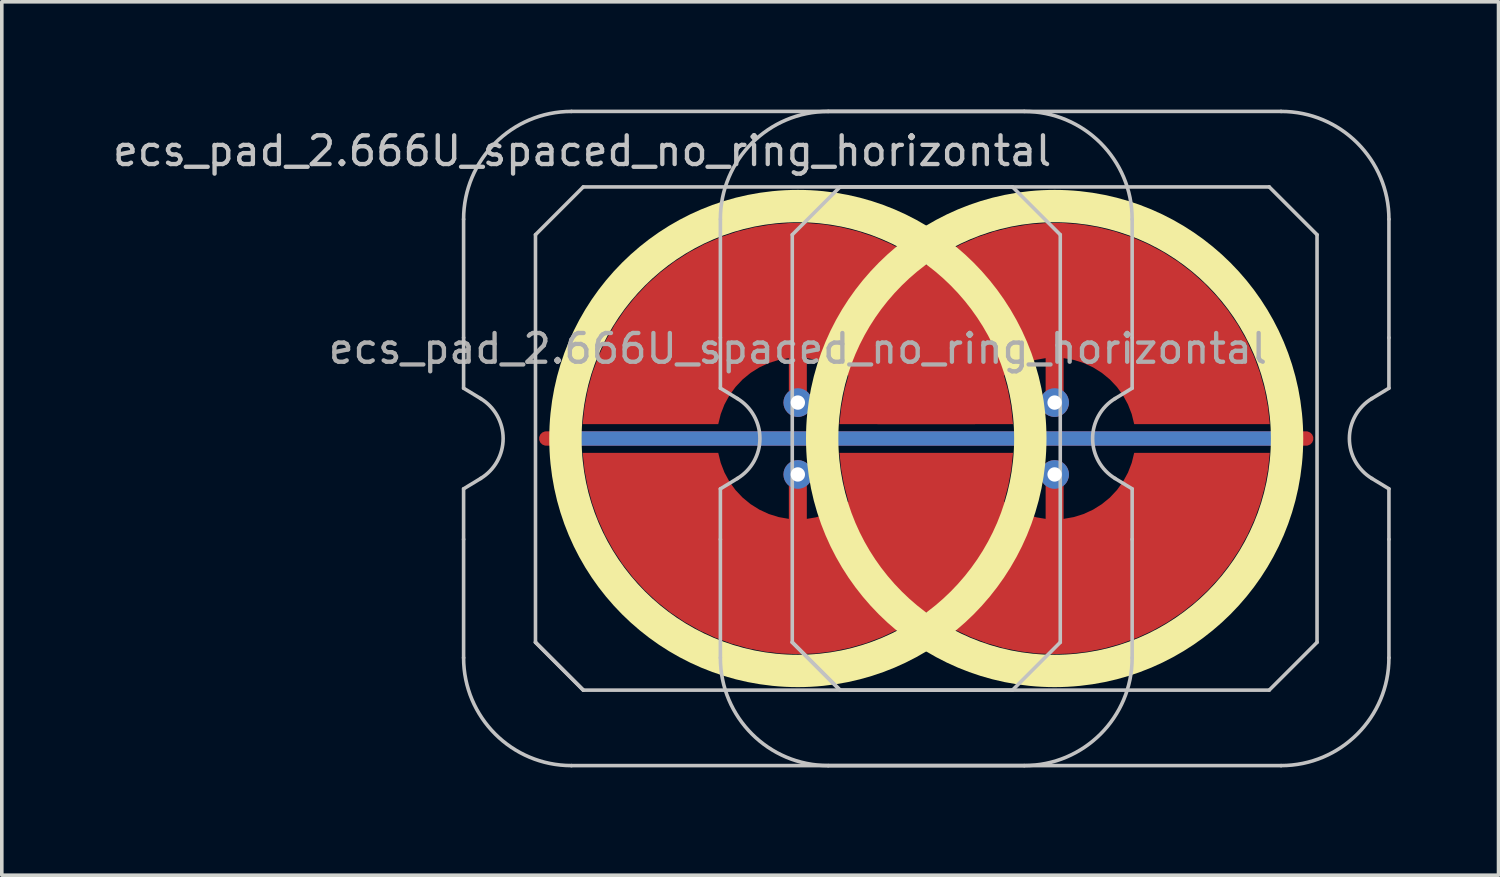
<source format=kicad_pcb>
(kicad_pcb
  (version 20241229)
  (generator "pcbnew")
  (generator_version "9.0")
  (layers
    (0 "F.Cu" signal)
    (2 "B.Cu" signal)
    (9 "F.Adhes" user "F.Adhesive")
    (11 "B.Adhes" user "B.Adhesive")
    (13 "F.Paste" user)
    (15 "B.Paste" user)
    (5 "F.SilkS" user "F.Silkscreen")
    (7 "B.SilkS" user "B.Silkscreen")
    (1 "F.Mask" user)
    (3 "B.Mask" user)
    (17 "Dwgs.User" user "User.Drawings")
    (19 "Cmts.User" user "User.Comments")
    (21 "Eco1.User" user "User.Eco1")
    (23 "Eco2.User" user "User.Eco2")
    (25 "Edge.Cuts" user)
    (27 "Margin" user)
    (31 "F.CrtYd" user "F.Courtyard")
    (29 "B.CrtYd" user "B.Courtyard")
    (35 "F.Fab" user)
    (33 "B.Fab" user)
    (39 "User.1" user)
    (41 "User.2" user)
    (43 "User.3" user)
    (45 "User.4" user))
  (footprint "ecs_pad_2.666U_spaced_no_ring_horizontal"
    (layer "F.Cu")
    (at 26.291 9.15)
    (property "Reference" "ecs_pad_2.666U_spaced_no_ring_horizontal" (at -13.143 -8 0) (layer "Dwgs.User") (effects (font (size 0.8 0.8) (thickness 0.12))))
    (attr smd)
    (fp_circle (center -7.143 0) (end -0.676 0) (stroke (width 0.9) (type solid)) (fill no) (layer "F.SilkS"))
    (fp_circle (center 0 0) (end 6.467 0) (stroke (width 0.9) (type solid)) (fill no) (layer "F.SilkS"))
    (fp_line (start -16.443 -2.805) (end -16.443 -6.1) (stroke (width 0.1) (type solid)) (layer "Dwgs.User"))
    (fp_line (start -16.443 -1.4) (end -16.443 -2.805) (stroke (width 0.1) (type solid)) (layer "Dwgs.User"))
    (fp_line (start -16.443 1.4) (end -15.967 1.111) (stroke (width 0.1) (type solid)) (layer "Dwgs.User"))
    (fp_line (start -16.443 2.805) (end -16.443 1.4) (stroke (width 0.1) (type solid)) (layer "Dwgs.User"))
    (fp_line (start -16.443 6.1) (end -16.443 2.805) (stroke (width 0.1) (type solid)) (layer "Dwgs.User"))
    (fp_line (start -15.967 -1.111) (end -16.443 -1.4) (stroke (width 0.1) (type solid)) (layer "Dwgs.User"))
    (fp_line (start -14.443 -5.67) (end -13.113 -7) (stroke (width 0.1) (type solid)) (layer "Dwgs.User"))
    (fp_line (start -14.443 5.67) (end -14.443 -5.67) (stroke (width 0.1) (type solid)) (layer "Dwgs.User"))
    (fp_line (start -14.443 5.67) (end -13.113 7) (stroke (width 0.1) (type solid)) (layer "Dwgs.User"))
    (fp_line (start -13.443 -9.1) (end -0.843 -9.1) (stroke (width 0.1) (type solid)) (layer "Dwgs.User"))
    (fp_line (start -13.113 -7) (end -1.173 -7) (stroke (width 0.1) (type solid)) (layer "Dwgs.User"))
    (fp_line (start -13.113 7) (end -14.443 5.67) (stroke (width 0.1) (type solid)) (layer "Dwgs.User"))
    (fp_line (start -9.299 -2.805) (end -9.299 -6.1) (stroke (width 0.1) (type solid)) (layer "Dwgs.User"))
    (fp_line (start -9.299 -1.4) (end -9.299 -2.805) (stroke (width 0.1) (type solid)) (layer "Dwgs.User"))
    (fp_line (start -9.299 1.4) (end -8.824 1.111) (stroke (width 0.1) (type solid)) (layer "Dwgs.User"))
    (fp_line (start -9.299 2.805) (end -9.299 1.4) (stroke (width 0.1) (type solid)) (layer "Dwgs.User"))
    (fp_line (start -9.299 6.1) (end -9.299 2.805) (stroke (width 0.1) (type solid)) (layer "Dwgs.User"))
    (fp_line (start -8.824 -1.111) (end -9.299 -1.4) (stroke (width 0.1) (type solid)) (layer "Dwgs.User"))
    (fp_line (start -7.299 -5.67) (end -5.969 -7) (stroke (width 0.1) (type solid)) (layer "Dwgs.User"))
    (fp_line (start -7.299 5.67) (end -7.299 -5.67) (stroke (width 0.1) (type solid)) (layer "Dwgs.User"))
    (fp_line (start -7.299 5.67) (end -5.969 7) (stroke (width 0.1) (type solid)) (layer "Dwgs.User"))
    (fp_line (start -6.299 -9.1) (end 6.301 -9.1) (stroke (width 0.1) (type solid)) (layer "Dwgs.User"))
    (fp_line (start -5.969 -7) (end 5.971 -7) (stroke (width 0.1) (type solid)) (layer "Dwgs.User"))
    (fp_line (start -5.969 7) (end -7.299 5.67) (stroke (width 0.1) (type solid)) (layer "Dwgs.User"))
    (fp_line (start -1.173 -7) (end 0.157 -5.67) (stroke (width 0.1) (type solid)) (layer "Dwgs.User"))
    (fp_line (start -1.173 7) (end -13.113 7) (stroke (width 0.1) (type solid)) (layer "Dwgs.User"))
    (fp_line (start -0.843 9.1) (end -13.443 9.1) (stroke (width 0.1) (type solid)) (layer "Dwgs.User"))
    (fp_line (start 0.157 -5.67) (end 0.157 5.67) (stroke (width 0.1) (type solid)) (layer "Dwgs.User"))
    (fp_line (start 0.157 5.67) (end -1.173 7) (stroke (width 0.1) (type solid)) (layer "Dwgs.User"))
    (fp_line (start 1.681 1.111) (end 2.157 1.4) (stroke (width 0.1) (type solid)) (layer "Dwgs.User"))
    (fp_line (start 2.157 -6.1) (end 2.157 -2.805) (stroke (width 0.1) (type solid)) (layer "Dwgs.User"))
    (fp_line (start 2.157 -2.805) (end 2.157 -1.4) (stroke (width 0.1) (type solid)) (layer "Dwgs.User"))
    (fp_line (start 2.157 -1.4) (end 1.681 -1.111) (stroke (width 0.1) (type solid)) (layer "Dwgs.User"))
    (fp_line (start 2.157 1.4) (end 2.157 2.805) (stroke (width 0.1) (type solid)) (layer "Dwgs.User"))
    (fp_line (start 2.157 2.805) (end 2.157 6.1) (stroke (width 0.1) (type solid)) (layer "Dwgs.User"))
    (fp_line (start 5.971 -7) (end 7.301 -5.67) (stroke (width 0.1) (type solid)) (layer "Dwgs.User"))
    (fp_line (start 5.971 7) (end -5.969 7) (stroke (width 0.1) (type solid)) (layer "Dwgs.User"))
    (fp_line (start 6.301 9.1) (end -6.299 9.1) (stroke (width 0.1) (type solid)) (layer "Dwgs.User"))
    (fp_line (start 7.301 -5.67) (end 7.301 5.67) (stroke (width 0.1) (type solid)) (layer "Dwgs.User"))
    (fp_line (start 7.301 5.67) (end 5.971 7) (stroke (width 0.1) (type solid)) (layer "Dwgs.User"))
    (fp_line (start 8.825 1.111) (end 9.301 1.4) (stroke (width 0.1) (type solid)) (layer "Dwgs.User"))
    (fp_line (start 9.301 -6.1) (end 9.301 -2.805) (stroke (width 0.1) (type solid)) (layer "Dwgs.User"))
    (fp_line (start 9.301 -2.805) (end 9.301 -1.4) (stroke (width 0.1) (type solid)) (layer "Dwgs.User"))
    (fp_line (start 9.301 -1.4) (end 8.825 -1.111) (stroke (width 0.1) (type solid)) (layer "Dwgs.User"))
    (fp_line (start 9.301 1.4) (end 9.301 2.805) (stroke (width 0.1) (type solid)) (layer "Dwgs.User"))
    (fp_line (start 9.301 2.805) (end 9.301 6.1) (stroke (width 0.1) (type solid)) (layer "Dwgs.User"))
    (fp_arc (start -16.442954 -6.1) (mid -15.564274 -8.22132) (end -13.442954 -9.1) (stroke (width 0.1) (type solid)) (layer "Dwgs.User"))
    (fp_arc (start -15.967287 -1.110619) (mid -15.342954 0) (end -15.967287 1.110619) (stroke (width 0.1) (type solid)) (layer "Dwgs.User"))
    (fp_arc (start -13.442954 9.1) (mid -15.564274 8.22132) (end -16.442954 6.1) (stroke (width 0.1) (type solid)) (layer "Dwgs.User"))
    (fp_arc (start -9.299204 -6.1) (mid -8.420524 -8.22132) (end -6.299204 -9.1) (stroke (width 0.1) (type solid)) (layer "Dwgs.User"))
    (fp_arc (start -8.823537 -1.110619) (mid -8.199204 0) (end -8.823537 1.110619) (stroke (width 0.1) (type solid)) (layer "Dwgs.User"))
    (fp_arc (start -6.299204 9.1) (mid -8.420524 8.22132) (end -9.299204 6.1) (stroke (width 0.1) (type solid)) (layer "Dwgs.User"))
    (fp_arc (start -0.842954 -9.1) (mid 1.278366 -8.22132) (end 2.157046 -6.1) (stroke (width 0.1) (type solid)) (layer "Dwgs.User"))
    (fp_arc (start 1.681379 1.110619) (mid 1.057046 0) (end 1.681379 -1.110619) (stroke (width 0.1) (type solid)) (layer "Dwgs.User"))
    (fp_arc (start 2.157046 6.1) (mid 1.278366 8.22132) (end -0.842954 9.1) (stroke (width 0.1) (type solid)) (layer "Dwgs.User"))
    (fp_arc (start 6.300796 -9.1) (mid 8.422116 -8.22132) (end 9.300796 -6.1) (stroke (width 0.1) (type solid)) (layer "Dwgs.User"))
    (fp_arc (start 8.825129 1.110619) (mid 8.200796 0) (end 8.825129 -1.110619) (stroke (width 0.1) (type solid)) (layer "Dwgs.User"))
    (fp_arc (start 9.300796 6.1) (mid 8.422116 8.22132) (end 6.300796 9.1) (stroke (width 0.1) (type solid)) (layer "Dwgs.User"))
    (fp_text user "${REFERENCE}" (at -7.143 -2.5 0) (layer "F.Fab") (effects (font (size 0.8 0.8) (thickness 0.12))))
    (pad "1" smd custom (at -7.144 -1 270) (size 0.4 0.4) (layers "F.Cu") (options (anchor circle)) (primitives (gr_poly (pts (xy 0.6 -2.214) (xy 0.32 -2.145) (xy 0.052 -2.041) (xy -0.201 -1.903) (xy -0.434 -1.734) (xy -0.644 -1.536) (xy -0.826 -1.314) (xy -0.979 -1.07) (xy -1.1 -0.808) (xy -1.186 -0.534) (xy -1.236 -0.25) (xy 0 -0.25) (xy 0.096 -0.231) (xy 0.177 -0.177) (xy 0.231 -0.096) (xy 0.25 0) (xy 0.231 0.096) (xy 0.177 0.177) (xy 0.096 0.231) (xy 0 0.25) (xy -1.236 0.25) (xy -1.186 0.534) (xy -1.1 0.808) (xy -0.979 1.07) (xy -0.826 1.314) (xy -0.644 1.536) (xy -0.434 1.734) (xy -0.201 1.903) (xy 0.052 2.041) (xy 0.32 2.145) (xy 0.6 2.214) (xy 0.6 5.987) (xy 0.115 5.934) (xy -0.364 5.843) (xy -0.834 5.713) (xy -1.292 5.545) (xy -1.735 5.341) (xy -2.159 5.101) (xy -2.563 4.827) (xy -2.943 4.522) (xy -3.298 4.187) (xy -3.623 3.824) (xy -3.919 3.436) (xy -4.182 3.025) (xy -4.41 2.594) (xy -4.603 2.147) (xy -4.759 1.684) (xy -4.876 1.211) (xy -4.955 0.73) (xy -4.995 0.244) (xy -4.995 -0.244) (xy -4.955 -0.73) (xy -4.876 -1.211) (xy -4.759 -1.684) (xy -4.603 -2.147) (xy -4.41 -2.594) (xy -4.182 -3.025) (xy -3.919 -3.436) (xy -3.623 -3.824) (xy -3.298 -4.187) (xy -2.943 -4.522) (xy -2.563 -4.827) (xy -2.159 -5.101) (xy -1.735 -5.341) (xy -1.292 -5.545) (xy -0.834 -5.713) (xy -0.364 -5.843) (xy 0.115 -5.934) (xy 0.6 -5.987)) (width 0) (fill yes))))
    (pad "1" thru_hole circle (at -7.144 -1 270) (size 0.8 0.8) (drill 0.4) (layers "*.Cu"))
    (pad "1" smd custom (at 0 -1 270) (size 0.4 0.4) (layers "F.Cu") (options (anchor circle)) (primitives (gr_poly (pts (xy 0.6 -2.214) (xy 0.32 -2.145) (xy 0.052 -2.041) (xy -0.201 -1.903) (xy -0.434 -1.734) (xy -0.644 -1.536) (xy -0.826 -1.314) (xy -0.979 -1.07) (xy -1.1 -0.808) (xy -1.186 -0.534) (xy -1.236 -0.25) (xy 0 -0.25) (xy 0.096 -0.231) (xy 0.177 -0.177) (xy 0.231 -0.096) (xy 0.25 0) (xy 0.231 0.096) (xy 0.177 0.177) (xy 0.096 0.231) (xy 0 0.25) (xy -1.236 0.25) (xy -1.186 0.534) (xy -1.1 0.808) (xy -0.979 1.07) (xy -0.826 1.314) (xy -0.644 1.536) (xy -0.434 1.734) (xy -0.201 1.903) (xy 0.052 2.041) (xy 0.32 2.145) (xy 0.6 2.214) (xy 0.6 5.987) (xy 0.115 5.934) (xy -0.364 5.843) (xy -0.834 5.713) (xy -1.292 5.545) (xy -1.735 5.341) (xy -2.159 5.101) (xy -2.563 4.827) (xy -2.943 4.522) (xy -3.298 4.187) (xy -3.623 3.824) (xy -3.919 3.436) (xy -4.182 3.025) (xy -4.41 2.594) (xy -4.603 2.147) (xy -4.759 1.684) (xy -4.876 1.211) (xy -4.955 0.73) (xy -4.995 0.244) (xy -4.995 -0.244) (xy -4.955 -0.73) (xy -4.876 -1.211) (xy -4.759 -1.684) (xy -4.603 -2.147) (xy -4.41 -2.594) (xy -4.182 -3.025) (xy -3.919 -3.436) (xy -3.623 -3.824) (xy -3.298 -4.187) (xy -2.943 -4.522) (xy -2.563 -4.827) (xy -2.159 -5.101) (xy -1.735 -5.341) (xy -1.292 -5.545) (xy -0.834 -5.713) (xy -0.364 -5.843) (xy 0.115 -5.934) (xy 0.6 -5.987)) (width 0) (fill yes))))
    (pad "1" thru_hole circle (at 0 -1 270) (size 0.8 0.8) (drill 0.4) (layers "*.Cu"))
    (pad "2" thru_hole circle (at -7.144 1 270) (size 0.8 0.8) (drill 0.4) (layers "*.Cu"))
    (pad "2" smd custom (at 0 1) (size 0.207 0.207) (layers "F.Cu") (options (anchor circle)) (primitives (gr_poly (pts (xy -0.177 -0.177) (xy -0.096 -0.231) (xy 0 -0.25) (xy 0.096 -0.231) (xy 0.177 -0.177) (xy 0.231 -0.096) (xy 0.25 0) (xy 0.25 1.236) (xy 0.534 1.186) (xy 0.808 1.1) (xy 1.07 0.979) (xy 1.314 0.826) (xy 1.537 0.644) (xy 1.734 0.434) (xy 1.903 0.201) (xy 2.041 -0.052) (xy 2.145 -0.321) (xy 2.214 -0.6) (xy 5.987 -0.6) (xy 5.936 -0.127) (xy 5.848 0.341) (xy 5.724 0.8) (xy 5.563 1.248) (xy 5.367 1.682) (xy 5.138 2.098) (xy 4.876 2.496) (xy 4.584 2.871) (xy 4.263 3.222) (xy 3.915 3.547) (xy 3.542 3.843) (xy 3.147 4.108) (xy 2.733 4.342) (xy 2.301 4.541) (xy 1.855 4.706) (xy 1.397 4.835) (xy 0.93 4.928) (xy 0.457 4.983) (xy -0.018 5) (xy -0.494 4.98) (xy -0.966 4.922) (xy -1.432 4.827) (xy -1.889 4.695) (xy -2.335 4.527) (xy -2.765 4.325) (xy -3.179 4.089) (xy -3.572 3.821) (xy -3.965 4.089) (xy -4.378 4.325) (xy -4.809 4.527) (xy -5.254 4.695) (xy -5.712 4.827) (xy -6.178 4.922) (xy -6.65 4.98) (xy -7.125 5) (xy -7.601 4.983) (xy -8.074 4.928) (xy -8.54 4.835) (xy -8.998 4.706) (xy -9.445 4.541) (xy -9.876 4.342) (xy -10.291 4.108) (xy -10.686 3.843) (xy -11.059 3.547) (xy -11.407 3.222) (xy -11.728 2.871) (xy -12.02 2.496) (xy -12.282 2.098) (xy -12.511 1.682) (xy -12.707 1.248) (xy -12.867 0.8) (xy -12.992 0.341) (xy -13.08 -0.127) (xy -13.13 -0.6) (xy -9.358 -0.6) (xy -9.289 -0.321) (xy -9.184 -0.052) (xy -9.047 0.201) (xy -8.878 0.434) (xy -8.68 0.644) (xy -8.458 0.826) (xy -8.214 0.979) (xy -7.952 1.1) (xy -7.677 1.186) (xy -7.394 1.236) (xy -7.394 0) (xy -7.375 -0.096) (xy -7.321 -0.177) (xy -7.239 -0.231) (xy -7.144 -0.25) (xy -7.048 -0.231) (xy -6.967 -0.177) (xy -6.913 -0.096) (xy -6.894 0) (xy -6.894 1.236) (xy -6.644 1.194) (xy -6.4 1.123) (xy -6.166 1.026) (xy -5.944 0.903) (xy -5.737 0.756) (xy -5.855 0.311) (xy -5.938 -0.142) (xy -5.987 -0.6) (xy -1.157 -0.6) (xy -1.205 -0.142) (xy -1.289 0.311) (xy -1.406 0.756) (xy -1.2 0.903) (xy -0.978 1.026) (xy -0.744 1.123) (xy -0.5 1.194) (xy -0.25 1.236) (xy -0.25 0) (xy -0.231 -0.096)) (width 0) (fill yes))))
    (pad "2" thru_hole circle (at 0 1 270) (size 0.8 0.8) (drill 0.4) (layers "*.Cu"))
    (pad "3" smd custom (at 0 0 90) (size 0.4 0.4) (layers "F.Cu") (options (anchor rect)) (primitives (gr_line (start 0 -14.144) (end 0 7) (width 0.4))))
    (pad "3" smd custom (at 0 0 90) (size 0.4 0.4) (layers "B.Cu") (options (anchor rect)) (primitives (gr_line (start 0 -13.644) (end 0 6.5) (width 0.4))))
    (zone (net_name "") (layer "F.Cu") (hatch edge 0.508) (connect_pads) (min_thickness 0.254) (filled_areas_thickness no) (keepout (tracks allowed) (vias allowed) (pads allowed) (copperpour not_allowed) (footprints allowed)) (placement (enabled no)) (fill) (polygon (pts (xy 26.153 9.15) (xy 26.134 8.637) (xy 26.077 8.127) (xy 25.984 7.622) (xy 25.854 7.125) (xy 25.687 6.64) (xy 25.486 6.167) (xy 25.25 5.711) (xy 24.982 5.274) (xy 24.683 4.857) (xy 24.353 4.463) (xy 23.996 4.094) (xy 23.613 3.753) (xy 23.205 3.44) (xy 22.776 3.158) (xy 22.328 2.909) (xy 21.862 2.692) (xy 21.382 2.511) (xy 20.89 2.365) (xy 20.388 2.256) (xy 19.88 2.183) (xy 19.368 2.149) (xy 18.854 2.151) (xy 18.342 2.192) (xy 17.835 2.269) (xy 17.335 2.384) (xy 16.844 2.535) (xy 16.366 2.721) (xy 15.902 2.942) (xy 15.456 3.197) (xy 15.03 3.483) (xy 14.626 3.8) (xy 14.247 4.145) (xy 13.893 4.518) (xy 13.568 4.915) (xy 13.273 5.335) (xy 13.009 5.775) (xy 12.779 6.234) (xy 12.582 6.708) (xy 12.421 7.196) (xy 12.296 7.694) (xy 12.208 8.199) (xy 12.157 8.71) (xy 12.143 9.223) (xy 12.167 9.736) (xy 12.229 10.246) (xy 12.328 10.75) (xy 12.463 11.245) (xy 12.635 11.729) (xy 12.841 12.199) (xy 13.081 12.652) (xy 13.354 13.087) (xy 13.658 13.501) (xy 13.991 13.891) (xy 14.352 14.256) (xy 14.739 14.594) (xy 15.15 14.902) (xy 15.582 15.179) (xy 16.033 15.424) (xy 16.501 15.636) (xy 16.983 15.812) (xy 17.477 15.953) (xy 17.979 16.057) (xy 18.488 16.124) (xy 19.001 16.153) (xy 19.514 16.145) (xy 20.026 16.1) (xy 20.532 16.017) (xy 21.031 15.897) (xy 21.52 15.741) (xy 21.997 15.549) (xy 22.458 15.323) (xy 22.901 15.064) (xy 23.324 14.774) (xy 23.725 14.453) (xy 24.101 14.103) (xy 24.45 13.727) (xy 24.771 13.326) (xy 25.062 12.903) (xy 25.321 12.46) (xy 25.547 11.999) (xy 25.738 11.523) (xy 25.894 11.034) (xy 26.014 10.535) (xy 26.097 10.028) (xy 26.143 9.517))))
    (zone (net_name "") (layer "F.Cu") (hatch edge 0.508) (connect_pads) (min_thickness 0.254) (filled_areas_thickness no) (keepout (tracks allowed) (vias allowed) (pads allowed) (copperpour not_allowed) (footprints allowed)) (placement (enabled no)) (fill) (polygon (pts (xy 33.295 9.15) (xy 33.277 8.637) (xy 33.22 8.127) (xy 33.127 7.622) (xy 32.997 7.125) (xy 32.83 6.64) (xy 32.629 6.167) (xy 32.393 5.711) (xy 32.125 5.274) (xy 31.826 4.857) (xy 31.496 4.463) (xy 31.139 4.094) (xy 30.756 3.753) (xy 30.348 3.44) (xy 29.919 3.158) (xy 29.471 2.909) (xy 29.005 2.692) (xy 28.525 2.511) (xy 28.033 2.365) (xy 27.531 2.256) (xy 27.023 2.183) (xy 26.511 2.149) (xy 25.997 2.151) (xy 25.485 2.192) (xy 24.978 2.269) (xy 24.478 2.384) (xy 23.987 2.535) (xy 23.509 2.721) (xy 23.045 2.942) (xy 22.599 3.197) (xy 22.173 3.483) (xy 21.769 3.8) (xy 21.39 4.145) (xy 21.036 4.518) (xy 20.711 4.915) (xy 20.416 5.335) (xy 20.152 5.775) (xy 19.921 6.234) (xy 19.725 6.708) (xy 19.564 7.196) (xy 19.439 7.694) (xy 19.35 8.199) (xy 19.299 8.71) (xy 19.286 9.223) (xy 19.31 9.736) (xy 19.372 10.246) (xy 19.471 10.75) (xy 19.606 11.245) (xy 19.778 11.729) (xy 19.984 12.199) (xy 20.224 12.652) (xy 20.497 13.087) (xy 20.801 13.501) (xy 21.134 13.891) (xy 21.495 14.256) (xy 21.882 14.594) (xy 22.293 14.902) (xy 22.725 15.179) (xy 23.176 15.424) (xy 23.644 15.636) (xy 24.126 15.812) (xy 24.62 15.953) (xy 25.122 16.057) (xy 25.631 16.124) (xy 26.144 16.153) (xy 26.657 16.145) (xy 27.169 16.1) (xy 27.675 16.017) (xy 28.174 15.897) (xy 28.663 15.741) (xy 29.14 15.549) (xy 29.601 15.323) (xy 30.044 15.064) (xy 30.467 14.774) (xy 30.868 14.453) (xy 31.244 14.103) (xy 31.593 13.727) (xy 31.914 13.326) (xy 32.205 12.903) (xy 32.464 12.46) (xy 32.69 11.999) (xy 32.881 11.523) (xy 33.037 11.034) (xy 33.157 10.535) (xy 33.24 10.028) (xy 33.286 9.517))))
    (zone (net_name "") (layer "B.Cu") (hatch edge 0.508) (connect_pads) (min_thickness 0.254) (filled_areas_thickness no) (keepout (tracks allowed) (vias allowed) (pads allowed) (copperpour not_allowed) (footprints allowed)) (placement (enabled no)) (fill) (polygon (pts (xy 25.706 9.15) (xy 25.686 8.635) (xy 25.625 8.124) (xy 25.525 7.619) (xy 25.385 7.123) (xy 25.207 6.64) (xy 24.991 6.173) (xy 24.739 5.723) (xy 24.453 5.295) (xy 24.135 4.891) (xy 23.785 4.513) (xy 23.407 4.163) (xy 23.002 3.844) (xy 22.574 3.558) (xy 22.125 3.307) (xy 21.657 3.091) (xy 21.174 2.913) (xy 20.679 2.773) (xy 20.174 2.672) (xy 19.662 2.612) (xy 19.148 2.592) (xy 18.633 2.612) (xy 18.122 2.672) (xy 17.617 2.773) (xy 17.121 2.913) (xy 16.638 3.091) (xy 16.17 3.307) (xy 15.721 3.558) (xy 15.293 3.844) (xy 14.888 4.163) (xy 14.51 4.513) (xy 14.161 4.891) (xy 13.842 5.295) (xy 13.556 5.723) (xy 13.304 6.173) (xy 13.089 6.64) (xy 12.91 7.123) (xy 12.771 7.619) (xy 12.67 8.124) (xy 12.61 8.635) (xy 12.589 9.15) (xy 12.61 9.665) (xy 12.67 10.176) (xy 12.771 10.681) (xy 12.91 11.177) (xy 13.089 11.66) (xy 13.304 12.127) (xy 13.556 12.577) (xy 13.842 13.005) (xy 14.161 13.409) (xy 14.51 13.787) (xy 14.888 14.137) (xy 15.293 14.456) (xy 15.721 14.742) (xy 16.17 14.993) (xy 16.638 15.209) (xy 17.121 15.387) (xy 17.617 15.527) (xy 18.122 15.628) (xy 18.633 15.688) (xy 19.148 15.708) (xy 19.662 15.688) (xy 20.174 15.628) (xy 20.679 15.527) (xy 21.174 15.387) (xy 21.657 15.209) (xy 22.125 14.993) (xy 22.574 14.742) (xy 23.002 14.456) (xy 23.407 14.137) (xy 23.785 13.787) (xy 24.135 13.409) (xy 24.453 13.005) (xy 24.739 12.577) (xy 24.991 12.127) (xy 25.207 11.66) (xy 25.385 11.177) (xy 25.525 10.681) (xy 25.625 10.176) (xy 25.686 9.665))))
    (zone (net_name "") (layer "B.Cu") (hatch edge 0.508) (connect_pads) (min_thickness 0.254) (filled_areas_thickness no) (keepout (tracks allowed) (vias allowed) (pads allowed) (copperpour not_allowed) (footprints allowed)) (placement (enabled no)) (fill) (polygon (pts (xy 32.849 9.15) (xy 32.829 8.635) (xy 32.768 8.124) (xy 32.668 7.619) (xy 32.528 7.123) (xy 32.35 6.64) (xy 32.134 6.173) (xy 31.882 5.723) (xy 31.596 5.295) (xy 31.278 4.891) (xy 30.928 4.513) (xy 30.55 4.163) (xy 30.145 3.844) (xy 29.717 3.558) (xy 29.268 3.307) (xy 28.8 3.091) (xy 28.317 2.913) (xy 27.822 2.773) (xy 27.317 2.672) (xy 26.805 2.612) (xy 26.291 2.592) (xy 25.776 2.612) (xy 25.265 2.672) (xy 24.76 2.773) (xy 24.264 2.913) (xy 23.781 3.091) (xy 23.313 3.307) (xy 22.864 3.558) (xy 22.436 3.844) (xy 22.031 4.163) (xy 21.653 4.513) (xy 21.304 4.891) (xy 20.985 5.295) (xy 20.699 5.723) (xy 20.447 6.173) (xy 20.232 6.64) (xy 20.053 7.123) (xy 19.914 7.619) (xy 19.813 8.124) (xy 19.753 8.635) (xy 19.732 9.15) (xy 19.753 9.665) (xy 19.813 10.176) (xy 19.914 10.681) (xy 20.053 11.177) (xy 20.232 11.66) (xy 20.447 12.127) (xy 20.699 12.577) (xy 20.985 13.005) (xy 21.304 13.409) (xy 21.653 13.787) (xy 22.031 14.137) (xy 22.436 14.456) (xy 22.864 14.742) (xy 23.313 14.993) (xy 23.781 15.209) (xy 24.264 15.387) (xy 24.76 15.527) (xy 25.265 15.628) (xy 25.776 15.688) (xy 26.291 15.708) (xy 26.805 15.688) (xy 27.317 15.628) (xy 27.822 15.527) (xy 28.317 15.387) (xy 28.8 15.209) (xy 29.268 14.993) (xy 29.717 14.742) (xy 30.145 14.456) (xy 30.55 14.137) (xy 30.928 13.787) (xy 31.278 13.409) (xy 31.596 13.005) (xy 31.882 12.577) (xy 32.134 12.127) (xy 32.35 11.66) (xy 32.528 11.177) (xy 32.668 10.681) (xy 32.768 10.176) (xy 32.829 9.665)))))
  (gr_rect
    (start -3 -3)
    (end 38.641 21.3)
    (stroke (width 0.1) (type default))
    (fill no)
    (layer "Edge.Cuts")))
</source>
